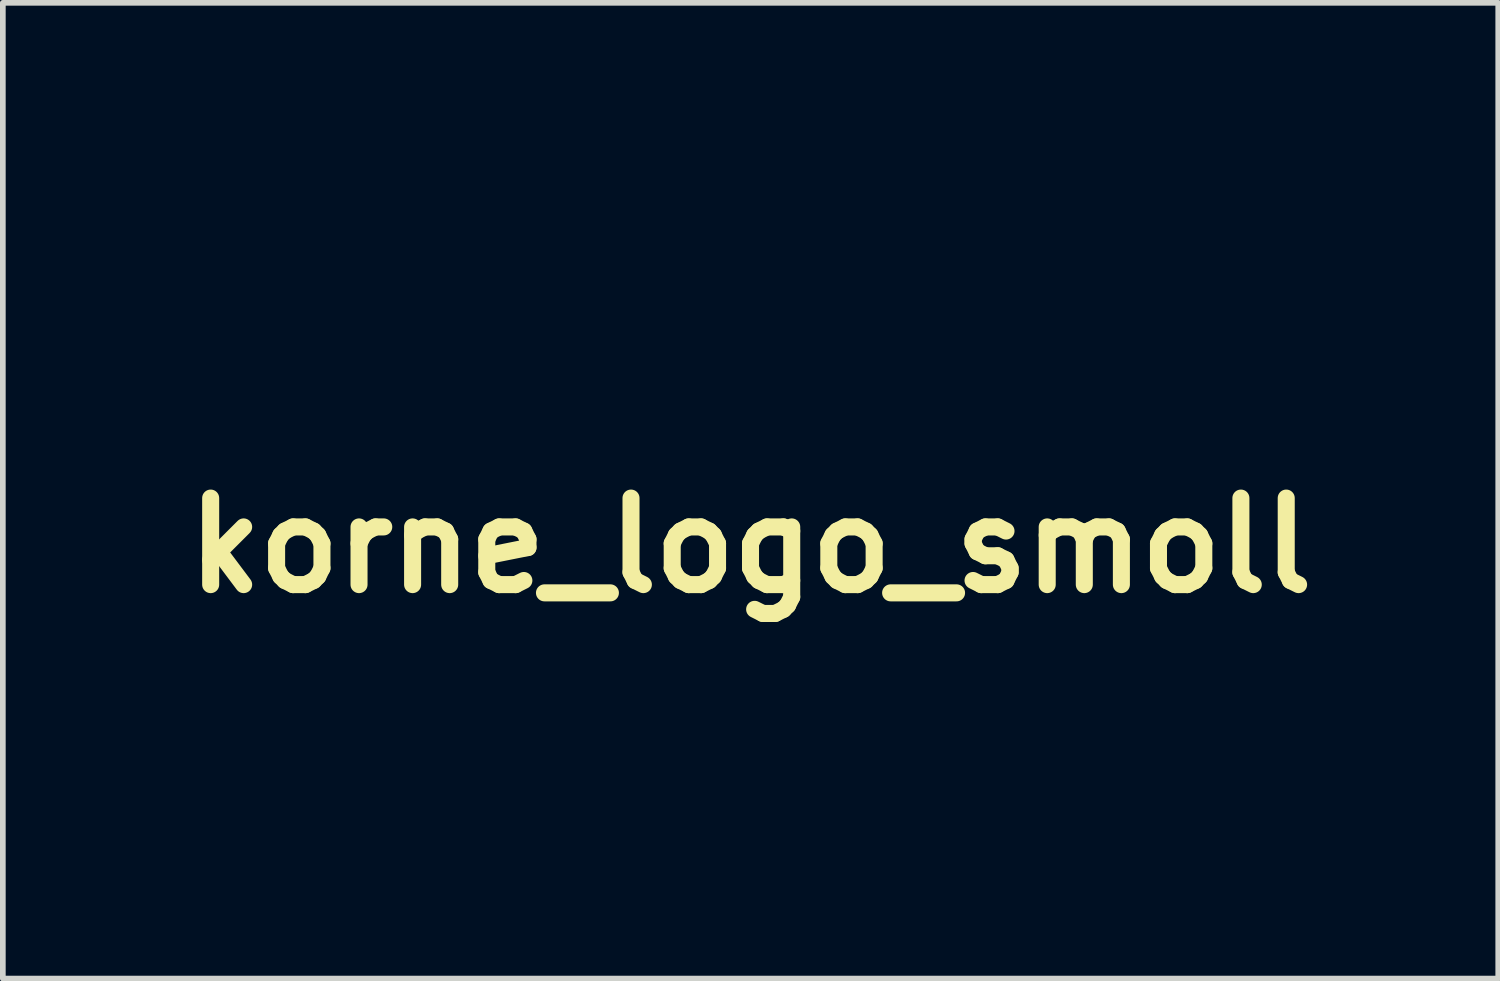
<source format=kicad_pcb>
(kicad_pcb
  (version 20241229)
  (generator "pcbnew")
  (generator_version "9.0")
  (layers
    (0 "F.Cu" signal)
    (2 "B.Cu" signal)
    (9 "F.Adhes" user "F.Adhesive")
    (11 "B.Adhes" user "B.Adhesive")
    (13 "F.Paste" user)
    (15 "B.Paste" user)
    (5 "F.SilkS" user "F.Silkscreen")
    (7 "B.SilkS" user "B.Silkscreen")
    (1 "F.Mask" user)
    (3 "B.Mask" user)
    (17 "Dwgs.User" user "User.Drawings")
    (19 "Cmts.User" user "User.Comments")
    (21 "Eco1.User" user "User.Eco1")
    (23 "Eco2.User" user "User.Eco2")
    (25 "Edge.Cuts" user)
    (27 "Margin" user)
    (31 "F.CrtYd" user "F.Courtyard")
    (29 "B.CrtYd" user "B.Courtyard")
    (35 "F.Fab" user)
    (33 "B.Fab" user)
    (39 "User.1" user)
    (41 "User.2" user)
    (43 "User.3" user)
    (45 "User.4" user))
  (footprint "korne_logo_smoll"
    (layer "F.Cu")
    (at 10.167 6.556)
    (property "Reference" "korne_logo_smoll" (at 0 0 0) (layer "F.SilkS") (effects (font (size 1.524 1.524) (thickness 0.3))))
    (attr through_hole)
    (fp_poly (pts (xy -2.044 -0.778) (xy -1.782 -0.748) (xy -1.564 -0.695) (xy -1.386 -0.618) (xy -1.246 -0.514) (xy -1.141 -0.38) (xy -1.067 -0.215) (xy -1.022 -0.016) (xy -1.015 0.039) (xy -1.002 0.147) (xy -0.99 0.24) (xy -0.981 0.304) (xy -0.978 0.318) (xy -0.953 0.37) (xy -0.895 0.453) (xy -0.807 0.564) (xy -0.693 0.699) (xy -0.556 0.854) (xy -0.398 1.024) (xy -0.389 1.035) (xy -0.104 1.337) (xy -0.376 1.606) (xy -0.648 1.875) (xy -0.985 1.562) (xy -1.137 1.422) (xy -1.259 1.313) (xy -1.358 1.231) (xy -1.442 1.172) (xy -1.515 1.132) (xy -1.586 1.106) (xy -1.66 1.09) (xy -1.745 1.08) (xy -1.746 1.08) (xy -2.006 1.037) (xy -2.229 0.959) (xy -2.417 0.846) (xy -2.573 0.697) (xy -2.637 0.61) (xy -2.712 0.488) (xy -2.769 0.373) (xy -2.804 0.276) (xy -2.813 0.206) (xy -2.81 0.189) (xy -2.795 0.165) (xy -2.768 0.167) (xy -2.714 0.196) (xy -2.711 0.198) (xy -2.6 0.264) (xy -2.48 0.334) (xy -2.361 0.401) (xy -2.251 0.462) (xy -2.159 0.512) (xy -2.093 0.546) (xy -2.062 0.559) (xy -2.061 0.559) (xy -2.032 0.543) (xy -1.977 0.501) (xy -1.909 0.443) (xy -1.775 0.29) (xy -1.683 0.113) (xy -1.637 -0.081) (xy -1.637 -0.089) (xy -1.622 -0.241) (xy -1.979 -0.441) (xy -2.1 -0.508) (xy -2.203 -0.567) (xy -2.281 -0.613) (xy -2.328 -0.642) (xy -2.337 -0.649) (xy -2.327 -0.676) (xy -2.306 -0.726) (xy -2.275 -0.794) (xy -2.044 -0.778)) (stroke (width 0.01) (type solid)) (fill no) (layer "Eco2.User"))
    (fp_poly (pts (xy 3.229 -2.348) (xy 3.293 -2.309) (xy 3.321 -2.253) (xy 3.317 -2.216) (xy 3.274 -2.146) (xy 3.206 -2.085) (xy 3.132 -2.053) (xy 3.124 -2.052) (xy 3.078 -2.056) (xy 3.063 -2.092) (xy 3.062 -2.108) (xy 3.055 -2.149) (xy 3.027 -2.169) (xy 2.964 -2.179) (xy 2.954 -2.179) (xy 2.862 -2.17) (xy 2.789 -2.132) (xy 2.748 -2.074) (xy 2.743 -2.045) (xy 2.767 -1.986) (xy 2.828 -1.934) (xy 2.916 -1.899) (xy 2.944 -1.893) (xy 3.017 -1.87) (xy 3.044 -1.837) (xy 3.03 -1.799) (xy 2.978 -1.76) (xy 2.891 -1.725) (xy 2.806 -1.704) (xy 2.687 -1.663) (xy 2.607 -1.593) (xy 2.568 -1.499) (xy 2.565 -1.46) (xy 2.575 -1.392) (xy 2.614 -1.35) (xy 2.64 -1.334) (xy 2.75 -1.298) (xy 2.858 -1.307) (xy 2.975 -1.362) (xy 3.008 -1.384) (xy 3.102 -1.443) (xy 3.173 -1.47) (xy 3.215 -1.464) (xy 3.226 -1.437) (xy 3.205 -1.395) (xy 3.15 -1.339) (xy 3.071 -1.279) (xy 2.98 -1.223) (xy 2.969 -1.218) (xy 2.884 -1.189) (xy 2.773 -1.171) (xy 2.653 -1.164) (xy 2.536 -1.169) (xy 2.437 -1.185) (xy 2.371 -1.212) (xy 2.362 -1.219) (xy 2.316 -1.298) (xy 2.314 -1.393) (xy 2.354 -1.498) (xy 2.436 -1.608) (xy 2.49 -1.661) (xy 2.549 -1.717) (xy 2.574 -1.753) (xy 2.572 -1.781) (xy 2.559 -1.799) (xy 2.513 -1.873) (xy 2.507 -1.951) (xy 2.536 -2.041) (xy 2.608 -2.147) (xy 2.719 -2.238) (xy 2.858 -2.308) (xy 3.012 -2.351) (xy 3.137 -2.362) (xy 3.229 -2.348)) (stroke (width 0.01) (type solid)) (fill no) (layer "Eco2.User"))
    (fp_poly (pts (xy 0.652 2.077) (xy 0.814 2.228) (xy 0.946 2.347) (xy 1.054 2.438) (xy 1.146 2.506) (xy 1.226 2.553) (xy 1.3 2.584) (xy 1.377 2.604) (xy 1.46 2.616) (xy 1.471 2.617) (xy 1.718 2.657) (xy 1.927 2.723) (xy 2.105 2.82) (xy 2.258 2.952) (xy 2.39 3.114) (xy 2.446 3.206) (xy 2.494 3.304) (xy 2.529 3.395) (xy 2.548 3.468) (xy 2.545 3.51) (xy 2.543 3.513) (xy 2.509 3.511) (xy 2.434 3.481) (xy 2.319 3.423) (xy 2.176 3.344) (xy 2.055 3.277) (xy 1.947 3.219) (xy 1.862 3.177) (xy 1.807 3.153) (xy 1.793 3.15) (xy 1.743 3.169) (xy 1.676 3.22) (xy 1.602 3.292) (xy 1.53 3.376) (xy 1.472 3.459) (xy 1.456 3.488) (xy 1.416 3.585) (xy 1.384 3.691) (xy 1.365 3.792) (xy 1.36 3.875) (xy 1.373 3.925) (xy 1.373 3.927) (xy 1.404 3.95) (xy 1.47 3.992) (xy 1.564 4.049) (xy 1.677 4.116) (xy 1.741 4.152) (xy 2.083 4.346) (xy 2.044 4.421) (xy 2.013 4.471) (xy 1.988 4.492) (xy 1.987 4.492) (xy 1.955 4.489) (xy 1.885 4.482) (xy 1.789 4.474) (xy 1.734 4.469) (xy 1.47 4.433) (xy 1.248 4.37) (xy 1.068 4.28) (xy 0.931 4.165) (xy 0.878 4.096) (xy 0.818 3.976) (xy 0.771 3.826) (xy 0.743 3.664) (xy 0.737 3.555) (xy 0.732 3.468) (xy 0.715 3.398) (xy 0.677 3.322) (xy 0.639 3.261) (xy 0.592 3.198) (xy 0.517 3.105) (xy 0.42 2.993) (xy 0.308 2.868) (xy 0.189 2.738) (xy 0.157 2.705) (xy -0.227 2.299) (xy 0.313 1.756) (xy 0.652 2.077)) (stroke (width 0.01) (type solid)) (fill no) (layer "Eco2.User"))
    (fp_poly (pts (xy -1.859 -2.35) (xy -1.86 -2.317) (xy -1.898 -2.268) (xy -1.972 -2.209) (xy -1.991 -2.196) (xy -2.125 -2.081) (xy -2.213 -1.947) (xy -2.256 -1.79) (xy -2.261 -1.711) (xy -2.244 -1.566) (xy -2.193 -1.455) (xy -2.105 -1.374) (xy -2.051 -1.345) (xy -1.908 -1.303) (xy -1.769 -1.31) (xy -1.63 -1.367) (xy -1.557 -1.416) (xy -1.478 -1.499) (xy -1.42 -1.605) (xy -1.384 -1.724) (xy -1.371 -1.847) (xy -1.38 -1.964) (xy -1.411 -2.064) (xy -1.466 -2.138) (xy -1.533 -2.173) (xy -1.623 -2.184) (xy -1.694 -2.161) (xy -1.76 -2.097) (xy -1.796 -2.046) (xy -1.872 -1.949) (xy -1.948 -1.885) (xy -2.017 -1.86) (xy -2.048 -1.864) (xy -2.063 -1.894) (xy -2.048 -1.949) (xy -2.007 -2.022) (xy -1.946 -2.103) (xy -1.888 -2.164) (xy -1.757 -2.267) (xy -1.622 -2.331) (xy -1.49 -2.358) (xy -1.367 -2.347) (xy -1.261 -2.298) (xy -1.179 -2.21) (xy -1.157 -2.171) (xy -1.128 -2.065) (xy -1.122 -1.935) (xy -1.138 -1.799) (xy -1.175 -1.678) (xy -1.18 -1.668) (xy -1.261 -1.541) (xy -1.379 -1.414) (xy -1.518 -1.301) (xy -1.586 -1.258) (xy -1.655 -1.218) (xy -1.712 -1.192) (xy -1.769 -1.177) (xy -1.842 -1.171) (xy -1.944 -1.169) (xy -2.008 -1.168) (xy -2.133 -1.17) (xy -2.219 -1.174) (xy -2.277 -1.184) (xy -2.318 -1.202) (xy -2.347 -1.222) (xy -2.442 -1.327) (xy -2.497 -1.462) (xy -2.51 -1.622) (xy -2.51 -1.636) (xy -2.486 -1.786) (xy -2.434 -1.918) (xy -2.345 -2.049) (xy -2.305 -2.096) (xy -2.229 -2.171) (xy -2.136 -2.244) (xy -2.041 -2.306) (xy -1.956 -2.348) (xy -1.899 -2.362) (xy -1.859 -2.35)) (stroke (width 0.01) (type solid)) (fill no) (layer "Eco2.User"))
    (fp_poly (pts (xy 2.525 -2.563) (xy 2.53 -2.508) (xy 2.512 -2.449) (xy 2.482 -2.388) (xy 2.438 -2.35) (xy 2.364 -2.322) (xy 2.356 -2.32) (xy 2.263 -2.28) (xy 2.2 -2.23) (xy 2.195 -2.223) (xy 2.17 -2.17) (xy 2.135 -2.074) (xy 2.091 -1.943) (xy 2.043 -1.783) (xy 1.99 -1.601) (xy 1.936 -1.403) (xy 1.929 -1.377) (xy 1.873 -1.166) (xy 1.718 -1.174) (xy 1.562 -1.181) (xy 1.434 -1.435) (xy 1.375 -1.554) (xy 1.319 -1.67) (xy 1.274 -1.768) (xy 1.253 -1.816) (xy 1.22 -1.885) (xy 1.196 -1.912) (xy 1.187 -1.905) (xy 1.174 -1.864) (xy 1.153 -1.788) (xy 1.126 -1.692) (xy 1.118 -1.664) (xy 1.082 -1.544) (xy 1.04 -1.42) (xy 1 -1.319) (xy 0.998 -1.314) (xy 0.933 -1.168) (xy 0.759 -1.168) (xy 0.656 -1.172) (xy 0.6 -1.183) (xy 0.584 -1.2) (xy 0.597 -1.242) (xy 0.627 -1.302) (xy 0.634 -1.313) (xy 0.67 -1.365) (xy 0.703 -1.38) (xy 0.752 -1.368) (xy 0.757 -1.366) (xy 0.821 -1.35) (xy 0.868 -1.352) (xy 0.894 -1.384) (xy 0.926 -1.456) (xy 0.962 -1.559) (xy 1 -1.684) (xy 1.035 -1.821) (xy 1.065 -1.96) (xy 1.08 -2.046) (xy 1.102 -2.164) (xy 1.123 -2.242) (xy 1.149 -2.291) (xy 1.175 -2.317) (xy 1.234 -2.355) (xy 1.28 -2.363) (xy 1.321 -2.337) (xy 1.36 -2.273) (xy 1.405 -2.164) (xy 1.419 -2.127) (xy 1.463 -2.011) (xy 1.516 -1.883) (xy 1.573 -1.752) (xy 1.63 -1.627) (xy 1.682 -1.517) (xy 1.727 -1.43) (xy 1.759 -1.376) (xy 1.77 -1.364) (xy 1.785 -1.382) (xy 1.81 -1.44) (xy 1.843 -1.532) (xy 1.88 -1.648) (xy 1.898 -1.71) (xy 1.94 -1.853) (xy 1.983 -1.993) (xy 2.022 -2.115) (xy 2.053 -2.207) (xy 2.059 -2.223) (xy 2.128 -2.363) (xy 2.218 -2.476) (xy 2.319 -2.551) (xy 2.397 -2.579) (xy 2.481 -2.586) (xy 2.525 -2.563)) (stroke (width 0.01) (type solid)) (fill no) (layer "Eco2.User"))
    (fp_poly (pts (xy -2.774 -2.345) (xy -2.729 -2.303) (xy -2.723 -2.248) (xy -2.759 -2.192) (xy -2.805 -2.162) (xy -2.859 -2.141) (xy -2.89 -2.147) (xy -2.909 -2.168) (xy -2.95 -2.203) (xy -2.975 -2.21) (xy -3.022 -2.195) (xy -3.095 -2.159) (xy -3.18 -2.108) (xy -3.263 -2.052) (xy -3.329 -1.999) (xy -3.335 -1.993) (xy -3.382 -1.939) (xy -3.396 -1.888) (xy -3.39 -1.845) (xy -3.359 -1.747) (xy -3.307 -1.627) (xy -3.244 -1.505) (xy -3.179 -1.402) (xy -3.145 -1.358) (xy -3.067 -1.29) (xy -2.994 -1.273) (xy -2.922 -1.305) (xy -2.879 -1.346) (xy -2.82 -1.395) (xy -2.761 -1.42) (xy -2.714 -1.418) (xy -2.693 -1.387) (xy -2.692 -1.381) (xy -2.71 -1.34) (xy -2.754 -1.284) (xy -2.784 -1.253) (xy -2.831 -1.21) (xy -2.872 -1.185) (xy -2.92 -1.173) (xy -2.99 -1.171) (xy -3.083 -1.174) (xy -3.289 -1.181) (xy -3.398 -1.343) (xy -3.46 -1.447) (xy -3.515 -1.561) (xy -3.55 -1.654) (xy -3.575 -1.732) (xy -3.597 -1.786) (xy -3.608 -1.803) (xy -3.622 -1.781) (xy -3.645 -1.722) (xy -3.674 -1.637) (xy -3.68 -1.616) (xy -3.718 -1.502) (xy -3.761 -1.387) (xy -3.798 -1.299) (xy -3.835 -1.224) (xy -3.867 -1.185) (xy -3.905 -1.17) (xy -3.949 -1.168) (xy -4.008 -1.171) (xy -4.038 -1.178) (xy -4.039 -1.179) (xy -4.031 -1.206) (xy -4.01 -1.271) (xy -3.98 -1.364) (xy -3.948 -1.46) (xy -3.908 -1.587) (xy -3.871 -1.72) (xy -3.838 -1.849) (xy -3.813 -1.963) (xy -3.797 -2.055) (xy -3.792 -2.113) (xy -3.796 -2.128) (xy -3.825 -2.128) (xy -3.88 -2.111) (xy -3.886 -2.108) (xy -3.953 -2.09) (xy -3.985 -2.102) (xy -3.979 -2.142) (xy -3.972 -2.154) (xy -3.934 -2.191) (xy -3.864 -2.238) (xy -3.779 -2.287) (xy -3.693 -2.33) (xy -3.624 -2.356) (xy -3.597 -2.361) (xy -3.574 -2.358) (xy -3.561 -2.34) (xy -3.556 -2.297) (xy -3.558 -2.221) (xy -3.562 -2.147) (xy -3.576 -1.932) (xy -3.5 -2.008) (xy -3.394 -2.1) (xy -3.27 -2.187) (xy -3.139 -2.264) (xy -3.013 -2.322) (xy -2.904 -2.356) (xy -2.854 -2.362) (xy -2.774 -2.345)) (stroke (width 0.01) (type solid)) (fill no) (layer "Eco2.User"))
    (fp_poly (pts (xy -0.031 -2.324) (xy 0.082 -2.322) (xy 0.161 -2.317) (xy 0.216 -2.309) (xy 0.254 -2.296) (xy 0.285 -2.278) (xy 0.297 -2.27) (xy 0.345 -2.223) (xy 0.364 -2.168) (xy 0.366 -2.11) (xy 0.349 -2.01) (xy 0.313 -1.936) (xy 0.265 -1.882) (xy 0.196 -1.819) (xy 0.121 -1.758) (xy 0.056 -1.713) (xy 0.025 -1.697) (xy 0.023 -1.673) (xy 0.043 -1.619) (xy 0.078 -1.546) (xy 0.122 -1.466) (xy 0.168 -1.392) (xy 0.21 -1.335) (xy 0.237 -1.31) (xy 0.276 -1.301) (xy 0.336 -1.317) (xy 0.414 -1.353) (xy 0.493 -1.39) (xy 0.555 -1.415) (xy 0.582 -1.422) (xy 0.609 -1.409) (xy 0.601 -1.373) (xy 0.562 -1.323) (xy 0.497 -1.268) (xy 0.472 -1.25) (xy 0.404 -1.207) (xy 0.348 -1.183) (xy 0.286 -1.173) (xy 0.199 -1.172) (xy 0.154 -1.174) (xy -0.038 -1.181) (xy -0.142 -1.364) (xy -0.206 -1.475) (xy -0.253 -1.549) (xy -0.289 -1.594) (xy -0.32 -1.619) (xy -0.354 -1.633) (xy -0.354 -1.633) (xy -0.382 -1.631) (xy -0.407 -1.606) (xy -0.436 -1.547) (xy -0.469 -1.462) (xy -0.517 -1.336) (xy -0.558 -1.252) (xy -0.597 -1.201) (xy -0.641 -1.176) (xy -0.696 -1.168) (xy -0.7 -1.168) (xy -0.758 -1.171) (xy -0.787 -1.176) (xy -0.787 -1.177) (xy -0.779 -1.203) (xy -0.755 -1.263) (xy -0.723 -1.343) (xy -0.675 -1.481) (xy -0.627 -1.648) (xy -0.616 -1.698) (xy -0.388 -1.698) (xy -0.302 -1.751) (xy -0.227 -1.786) (xy -0.154 -1.803) (xy -0.145 -1.803) (xy -0.048 -1.817) (xy 0.039 -1.854) (xy 0.099 -1.906) (xy 0.116 -1.939) (xy 0.123 -2.031) (xy 0.091 -2.097) (xy 0.018 -2.138) (xy -0.099 -2.157) (xy -0.155 -2.159) (xy -0.297 -2.159) (xy -0.326 -1.988) (xy -0.344 -1.891) (xy -0.36 -1.807) (xy -0.372 -1.757) (xy -0.388 -1.698) (xy -0.616 -1.698) (xy -0.586 -1.825) (xy -0.556 -1.99) (xy -0.549 -2.038) (xy -0.542 -2.111) (xy -0.548 -2.146) (xy -0.571 -2.158) (xy -0.596 -2.159) (xy -0.676 -2.149) (xy -0.743 -2.123) (xy -0.783 -2.088) (xy -0.787 -2.073) (xy -0.809 -2.027) (xy -0.861 -1.979) (xy -0.927 -1.943) (xy -0.983 -1.93) (xy -1.027 -1.938) (xy -1.032 -1.969) (xy -1.028 -1.988) (xy -0.982 -2.069) (xy -0.901 -2.154) (xy -0.796 -2.229) (xy -0.727 -2.265) (xy -0.674 -2.288) (xy -0.621 -2.303) (xy -0.561 -2.314) (xy -0.481 -2.32) (xy -0.373 -2.323) (xy -0.226 -2.324) (xy -0.186 -2.324) (xy -0.031 -2.324)) (stroke (width 0.01) (type solid)) (fill no) (layer "Eco2.User"))
    (fp_poly (pts (xy 2.138 -0.516) (xy 2.192 -0.458) (xy 2.227 -0.412) (xy 2.234 -0.395) (xy 2.22 -0.366) (xy 2.181 -0.304) (xy 2.122 -0.216) (xy 2.049 -0.109) (xy 1.999 -0.04) (xy 1.765 0.289) (xy 1.626 0.324) (xy 1.595 0.332) (xy 1.565 0.343) (xy 1.533 0.358) (xy 1.497 0.382) (xy 1.452 0.417) (xy 1.395 0.465) (xy 1.324 0.53) (xy 1.234 0.615) (xy 1.124 0.722) (xy 0.99 0.855) (xy 0.828 1.016) (xy 0.635 1.208) (xy 0.489 1.354) (xy 0.303 1.54) (xy 0.129 1.715) (xy -0.031 1.876) (xy -0.174 2.02) (xy -0.295 2.143) (xy -0.392 2.243) (xy -0.462 2.315) (xy -0.501 2.357) (xy -0.508 2.367) (xy -0.496 2.396) (xy -0.463 2.454) (xy -0.428 2.514) (xy -0.347 2.643) (xy -0.42 2.718) (xy -0.481 2.767) (xy -0.54 2.793) (xy -0.552 2.794) (xy -0.641 2.813) (xy -0.742 2.865) (xy -0.841 2.94) (xy -0.888 2.988) (xy -0.955 3.077) (xy -1.016 3.182) (xy -1.063 3.287) (xy -1.089 3.375) (xy -1.092 3.402) (xy -1.11 3.437) (xy -1.159 3.501) (xy -1.235 3.589) (xy -1.332 3.695) (xy -1.444 3.815) (xy -1.568 3.943) (xy -1.696 4.074) (xy -1.825 4.203) (xy -1.948 4.323) (xy -2.061 4.43) (xy -2.159 4.518) (xy -2.235 4.583) (xy -2.284 4.618) (xy -2.298 4.623) (xy -2.349 4.612) (xy -2.425 4.585) (xy -2.48 4.562) (xy -2.578 4.507) (xy -2.677 4.438) (xy -2.714 4.407) (xy -2.779 4.335) (xy -2.846 4.24) (xy -2.906 4.137) (xy -2.95 4.039) (xy -2.971 3.963) (xy -2.972 3.952) (xy -2.954 3.921) (xy -2.905 3.86) (xy -2.83 3.775) (xy -2.733 3.671) (xy -2.621 3.553) (xy -2.498 3.426) (xy -2.37 3.297) (xy -2.242 3.169) (xy -2.119 3.049) (xy -2.007 2.942) (xy -1.911 2.853) (xy -1.835 2.787) (xy -1.786 2.75) (xy -1.772 2.743) (xy -1.696 2.729) (xy -1.596 2.692) (xy -1.489 2.64) (xy -1.392 2.58) (xy -1.36 2.555) (xy -1.278 2.472) (xy -1.208 2.372) (xy -1.16 2.273) (xy -1.143 2.193) (xy -1.127 2.135) (xy -1.089 2.073) (xy -1.042 2.024) (xy -1.002 2.007) (xy -0.962 2.019) (xy -0.897 2.053) (xy -0.846 2.083) (xy -0.725 2.16) (xy 0.282 1.153) (xy 0.497 0.938) (xy 0.68 0.755) (xy 0.832 0.601) (xy 0.957 0.474) (xy 1.058 0.371) (xy 1.136 0.287) (xy 1.196 0.221) (xy 1.24 0.168) (xy 1.271 0.127) (xy 1.292 0.092) (xy 1.305 0.063) (xy 1.314 0.034) (xy 1.319 0.013) (xy 1.349 -0.121) (xy 1.695 -0.366) (xy 2.041 -0.611) (xy 2.138 -0.516)) (stroke (width 0.01) (type solid)) (fill no) (layer "Eco2.User"))
    (fp_poly (pts (xy 2.718 -6.487) (xy 2.983 -6.476) (xy 3.222 -6.444) (xy 3.456 -6.386) (xy 3.695 -6.303) (xy 3.963 -6.176) (xy 4.212 -6.016) (xy 4.435 -5.827) (xy 4.626 -5.617) (xy 4.779 -5.389) (xy 4.89 -5.152) (xy 4.905 -5.105) (xy 4.931 -5.009) (xy 4.947 -4.908) (xy 4.955 -4.787) (xy 4.956 -4.648) (xy 4.948 -4.44) (xy 4.925 -4.263) (xy 4.883 -4.099) (xy 4.818 -3.932) (xy 4.791 -3.873) (xy 4.652 -3.633) (xy 4.477 -3.417) (xy 4.274 -3.229) (xy 4.048 -3.074) (xy 3.806 -2.955) (xy 3.554 -2.877) (xy 3.299 -2.845) (xy 3.26 -2.845) (xy 3.086 -2.845) (xy 2.845 -3.244) (xy 2.672 -3.51) (xy 2.501 -3.736) (xy 2.334 -3.92) (xy 2.172 -4.06) (xy 2.03 -4.146) (xy 1.848 -4.219) (xy 1.65 -4.275) (xy 1.456 -4.309) (xy 1.323 -4.318) (xy 1.227 -4.32) (xy 1.167 -4.328) (xy 1.129 -4.348) (xy 1.096 -4.382) (xy 1.095 -4.383) (xy 1.052 -4.453) (xy 1.016 -4.536) (xy 1.014 -4.542) (xy 0.98 -4.616) (xy 0.926 -4.702) (xy 0.892 -4.746) (xy 0.79 -4.871) (xy 0.719 -4.964) (xy 0.672 -5.033) (xy 0.646 -5.085) (xy 0.636 -5.126) (xy 0.636 -5.134) (xy 0.65 -5.187) (xy 0.697 -5.22) (xy 0.78 -5.233) (xy 0.902 -5.227) (xy 1.068 -5.202) (xy 1.105 -5.195) (xy 1.241 -5.165) (xy 1.363 -5.127) (xy 1.479 -5.078) (xy 1.595 -5.012) (xy 1.718 -4.925) (xy 1.855 -4.813) (xy 2.013 -4.673) (xy 2.193 -4.504) (xy 2.374 -4.334) (xy 2.527 -4.198) (xy 2.657 -4.092) (xy 2.77 -4.012) (xy 2.872 -3.953) (xy 2.969 -3.911) (xy 3.018 -3.896) (xy 3.183 -3.867) (xy 3.353 -3.871) (xy 3.516 -3.906) (xy 3.66 -3.967) (xy 3.775 -4.053) (xy 3.812 -4.097) (xy 3.914 -4.276) (xy 3.978 -4.487) (xy 4.007 -4.712) (xy 4 -4.97) (xy 3.949 -5.203) (xy 3.854 -5.411) (xy 3.714 -5.594) (xy 3.531 -5.752) (xy 3.303 -5.886) (xy 3.239 -5.915) (xy 3.072 -5.983) (xy 2.912 -6.032) (xy 2.747 -6.066) (xy 2.565 -6.086) (xy 2.355 -6.094) (xy 2.14 -6.092) (xy 2.002 -6.09) (xy 1.883 -6.088) (xy 1.793 -6.087) (xy 1.739 -6.088) (xy 1.727 -6.089) (xy 1.75 -6.106) (xy 1.811 -6.131) (xy 1.898 -6.159) (xy 2.001 -6.187) (xy 2.106 -6.211) (xy 2.115 -6.213) (xy 2.232 -6.233) (xy 2.356 -6.243) (xy 2.502 -6.246) (xy 2.665 -6.242) (xy 2.909 -6.225) (xy 3.121 -6.194) (xy 3.317 -6.143) (xy 3.513 -6.069) (xy 3.657 -6.003) (xy 3.89 -5.867) (xy 4.081 -5.705) (xy 4.23 -5.517) (xy 4.337 -5.302) (xy 4.403 -5.058) (xy 4.429 -4.785) (xy 4.414 -4.481) (xy 4.383 -4.27) (xy 4.347 -4.088) (xy 4.307 -3.943) (xy 4.256 -3.821) (xy 4.187 -3.708) (xy 4.093 -3.591) (xy 3.987 -3.475) (xy 3.914 -3.401) (xy 3.864 -3.358) (xy 3.824 -3.34) (xy 3.784 -3.339) (xy 3.767 -3.342) (xy 3.697 -3.344) (xy 3.619 -3.316) (xy 3.576 -3.292) (xy 3.506 -3.254) (xy 3.462 -3.242) (xy 3.428 -3.253) (xy 3.415 -3.261) (xy 3.376 -3.282) (xy 3.351 -3.262) (xy 3.34 -3.242) (xy 3.292 -3.195) (xy 3.232 -3.175) (xy 3.151 -3.162) (xy 3.215 -3.081) (xy 3.279 -3.02) (xy 3.359 -2.987) (xy 3.466 -2.978) (xy 3.609 -2.993) (xy 3.628 -2.997) (xy 3.852 -3.058) (xy 4.067 -3.161) (xy 4.221 -3.268) (xy 4.393 -3.435) (xy 4.548 -3.638) (xy 4.68 -3.864) (xy 4.779 -4.099) (xy 4.812 -4.21) (xy 4.835 -4.337) (xy 4.849 -4.493) (xy 4.854 -4.661) (xy 4.849 -4.821) (xy 4.834 -4.956) (xy 4.827 -4.991) (xy 4.748 -5.227) (xy 4.623 -5.456) (xy 4.459 -5.674) (xy 4.26 -5.873) (xy 4.032 -6.048) (xy 3.781 -6.193) (xy 3.772 -6.197) (xy 3.538 -6.299) (xy 3.315 -6.371) (xy 3.093 -6.415) (xy 2.857 -6.434) (xy 2.596 -6.429) (xy 2.395 -6.413) (xy 2.134 -6.378) (xy 1.909 -6.331) (xy 1.709 -6.266) (xy 1.519 -6.181) (xy 1.491 -6.166) (xy 1.378 -6.098) (xy 1.314 -6.04) (xy 1.298 -5.993) (xy 1.329 -5.958) (xy 1.405 -5.935) (xy 1.527 -5.924) (xy 1.692 -5.927) (xy 1.901 -5.943) (xy 1.903 -5.943) (xy 2.201 -5.96) (xy 2.476 -5.944) (xy 2.744 -5.894) (xy 2.934 -5.839) (xy 3.197 -5.732) (xy 3.423 -5.601) (xy 3.609 -5.445) (xy 3.751 -5.269) (xy 3.801 -5.182) (xy 3.855 -5.025) (xy 3.877 -4.849) (xy 3.864 -4.672) (xy 3.817 -4.513) (xy 3.815 -4.508) (xy 3.719 -4.33) (xy 3.613 -4.199) (xy 3.497 -4.113) (xy 3.365 -4.07) (xy 3.281 -4.064) (xy 3.177 -4.071) (xy 3.074 -4.094) (xy 2.966 -4.137) (xy 2.85 -4.201) (xy 2.72 -4.291) (xy 2.572 -4.409) (xy 2.402 -4.558) (xy 2.205 -4.742) (xy 2.124 -4.818) (xy 1.996 -4.939) (xy 1.875 -5.051) (xy 1.766 -5.147) (xy 1.677 -5.223) (xy 1.615 -5.272) (xy 1.594 -5.285) (xy 1.451 -5.343) (xy 1.279 -5.385) (xy 1.092 -5.412) (xy 0.905 -5.421) (xy 0.731 -5.412) (xy 0.586 -5.382) (xy 0.559 -5.373) (xy 0.488 -5.35) (xy 0.382 -5.322) (xy 0.256 -5.291) (xy 0.14 -5.266) (xy -0.056 -5.232) (xy -0.24 -5.214) (xy -0.403 -5.212) (xy -0.538 -5.225) (xy -0.636 -5.254) (xy -0.664 -5.27) (xy -0.724 -5.314) (xy -0.66 -5.298) (xy -0.55 -5.275) (xy -0.43 -5.264) (xy -0.294 -5.265) (xy -0.135 -5.279) (xy 0.053 -5.305) (xy 0.276 -5.346) (xy 0.521 -5.396) (xy 0.814 -5.445) (xy 1.073 -5.459) (xy 1.304 -5.439) (xy 1.51 -5.383) (xy 1.696 -5.292) (xy 1.708 -5.285) (xy 1.761 -5.244) (xy 1.843 -5.174) (xy 1.946 -5.08) (xy 2.063 -4.969) (xy 2.188 -4.847) (xy 2.241 -4.793) (xy 2.423 -4.614) (xy 2.577 -4.471) (xy 2.708 -4.358) (xy 2.823 -4.272) (xy 2.927 -4.209) (xy 3.024 -4.165) (xy 3.079 -4.146) (xy 3.241 -4.123) (xy 3.394 -4.149) (xy 3.537 -4.224) (xy 3.668 -4.347) (xy 3.72 -4.416) (xy 3.758 -4.474) (xy 3.781 -4.526) (xy 3.793 -4.587) (xy 3.797 -4.674) (xy 3.797 -4.746) (xy 3.795 -4.866) (xy 3.784 -4.955) (xy 3.762 -5.033) (xy 3.728 -5.114) (xy 3.617 -5.292) (xy 3.465 -5.452) (xy 3.276 -5.592) (xy 3.057 -5.708) (xy 2.815 -5.8) (xy 2.555 -5.865) (xy 2.283 -5.901) (xy 2.006 -5.906) (xy 1.729 -5.878) (xy 1.602 -5.853) (xy 1.512 -5.834) (xy 1.452 -5.828) (xy 1.399 -5.838) (xy 1.334 -5.867) (xy 1.303 -5.881) (xy 1.204 -5.944) (xy 1.155 -6.008) (xy 1.154 -6.073) (xy 1.202 -6.139) (xy 1.297 -6.204) (xy 1.439 -6.268) (xy 1.626 -6.329) (xy 1.744 -6.36) (xy 1.963 -6.412) (xy 2.15 -6.448) (xy 2.321 -6.471) (xy 2.493 -6.483) (xy 2.682 -6.487) (xy 2.718 -6.487)) (stroke (width 0.01) (type solid)) (fill no) (layer "Eco2.User"))
    (fp_poly (pts (xy -3.15 -6.531) (xy -2.837 -6.492) (xy -2.521 -6.436) (xy -2.212 -6.362) (xy -2.074 -6.322) (xy -1.937 -6.277) (xy -1.808 -6.23) (xy -1.697 -6.185) (xy -1.613 -6.145) (xy -1.564 -6.115) (xy -1.556 -6.104) (xy -1.571 -6.073) (xy -1.624 -6.032) (xy -1.706 -5.986) (xy -1.806 -5.941) (xy -1.915 -5.903) (xy -1.918 -5.902) (xy -1.969 -5.889) (xy -2.024 -5.878) (xy -2.09 -5.871) (xy -2.175 -5.865) (xy -2.284 -5.862) (xy -2.424 -5.861) (xy -2.603 -5.862) (xy -2.794 -5.863) (xy -3.038 -5.864) (xy -3.238 -5.863) (xy -3.4 -5.86) (xy -3.532 -5.852) (xy -3.639 -5.841) (xy -3.729 -5.824) (xy -3.808 -5.802) (xy -3.883 -5.774) (xy -3.931 -5.753) (xy -4.027 -5.696) (xy -4.141 -5.609) (xy -4.26 -5.502) (xy -4.375 -5.386) (xy -4.475 -5.272) (xy -4.549 -5.169) (xy -4.576 -5.118) (xy -4.626 -4.948) (xy -4.631 -4.766) (xy -4.595 -4.585) (xy -4.52 -4.416) (xy -4.441 -4.306) (xy -4.319 -4.189) (xy -4.192 -4.117) (xy -4.05 -4.082) (xy -3.962 -4.078) (xy -3.873 -4.081) (xy -3.79 -4.095) (xy -3.708 -4.124) (xy -3.619 -4.171) (xy -3.519 -4.239) (xy -3.402 -4.332) (xy -3.261 -4.455) (xy -3.09 -4.609) (xy -3.088 -4.611) (xy -2.867 -4.811) (xy -2.674 -4.977) (xy -2.503 -5.114) (xy -2.351 -5.223) (xy -2.21 -5.311) (xy -2.076 -5.379) (xy -1.943 -5.432) (xy -1.804 -5.474) (xy -1.803 -5.474) (xy -1.66 -5.5) (xy -1.497 -5.51) (xy -1.332 -5.505) (xy -1.178 -5.487) (xy -1.052 -5.455) (xy -1.016 -5.439) (xy -0.961 -5.411) (xy -0.939 -5.396) (xy -0.948 -5.397) (xy -1.062 -5.422) (xy -1.195 -5.44) (xy -1.326 -5.45) (xy -1.435 -5.45) (xy -1.46 -5.448) (xy -1.714 -5.399) (xy -1.961 -5.319) (xy -2.206 -5.205) (xy -2.453 -5.053) (xy -2.707 -4.862) (xy -2.971 -4.628) (xy -3.239 -4.362) (xy -3.349 -4.248) (xy -3.434 -4.166) (xy -3.501 -4.108) (xy -3.557 -4.069) (xy -3.611 -4.042) (xy -3.655 -4.026) (xy -3.833 -3.993) (xy -4.013 -4.003) (xy -4.19 -4.051) (xy -4.356 -4.134) (xy -4.503 -4.245) (xy -4.625 -4.381) (xy -4.715 -4.535) (xy -4.766 -4.703) (xy -4.775 -4.808) (xy -4.764 -4.943) (xy -4.726 -5.065) (xy -4.656 -5.188) (xy -4.604 -5.259) (xy -4.536 -5.348) (xy -4.468 -5.441) (xy -4.435 -5.488) (xy -4.319 -5.613) (xy -4.156 -5.719) (xy -3.946 -5.806) (xy -3.69 -5.875) (xy -3.671 -5.879) (xy -3.586 -5.892) (xy -3.459 -5.907) (xy -3.297 -5.921) (xy -3.109 -5.935) (xy -2.903 -5.948) (xy -2.759 -5.956) (xy -2.502 -5.97) (xy -2.291 -5.985) (xy -2.122 -6) (xy -1.99 -6.018) (xy -1.891 -6.038) (xy -1.821 -6.061) (xy -1.774 -6.087) (xy -1.756 -6.104) (xy -1.754 -6.12) (xy -1.777 -6.137) (xy -1.829 -6.159) (xy -1.917 -6.187) (xy -2.046 -6.224) (xy -2.127 -6.246) (xy -2.36 -6.308) (xy -2.554 -6.357) (xy -2.719 -6.395) (xy -2.863 -6.423) (xy -2.997 -6.443) (xy -3.13 -6.456) (xy -3.271 -6.466) (xy -3.359 -6.469) (xy -3.529 -6.474) (xy -3.67 -6.473) (xy -3.796 -6.464) (xy -3.922 -6.446) (xy -4.062 -6.416) (xy -4.23 -6.372) (xy -4.315 -6.349) (xy -4.652 -6.234) (xy -4.952 -6.087) (xy -5.214 -5.907) (xy -5.438 -5.697) (xy -5.621 -5.457) (xy -5.764 -5.188) (xy -5.785 -5.136) (xy -5.814 -5.057) (xy -5.834 -4.985) (xy -5.845 -4.907) (xy -5.851 -4.809) (xy -5.853 -4.677) (xy -5.854 -4.648) (xy -5.853 -4.502) (xy -5.847 -4.393) (xy -5.836 -4.304) (xy -5.816 -4.222) (xy -5.794 -4.153) (xy -5.683 -3.881) (xy -5.544 -3.644) (xy -5.374 -3.435) (xy -5.142 -3.221) (xy -4.887 -3.05) (xy -4.617 -2.927) (xy -4.51 -2.892) (xy -4.383 -2.858) (xy -4.253 -2.828) (xy -4.136 -2.806) (xy -4.047 -2.795) (xy -4.028 -2.794) (xy -4.002 -2.817) (xy -3.976 -2.874) (xy -3.952 -2.95) (xy -3.936 -3.029) (xy -3.931 -3.095) (xy -3.939 -3.127) (xy -3.962 -3.144) (xy -3.998 -3.125) (xy -4.012 -3.113) (xy -4.049 -3.082) (xy -4.062 -3.087) (xy -4.064 -3.122) (xy -4.067 -3.152) (xy -4.085 -3.167) (xy -4.128 -3.169) (xy -4.209 -3.161) (xy -4.218 -3.16) (xy -4.303 -3.152) (xy -4.351 -3.154) (xy -4.375 -3.168) (xy -4.386 -3.197) (xy -4.401 -3.241) (xy -4.424 -3.246) (xy -4.467 -3.222) (xy -4.508 -3.208) (xy -4.556 -3.221) (xy -4.606 -3.249) (xy -4.682 -3.305) (xy -4.749 -3.371) (xy -4.757 -3.38) (xy -4.811 -3.434) (xy -4.867 -3.465) (xy -4.873 -3.466) (xy -4.991 -3.514) (xy -5.094 -3.606) (xy -5.178 -3.736) (xy -5.239 -3.9) (xy -5.257 -3.975) (xy -5.279 -4.086) (xy -5.307 -4.213) (xy -5.326 -4.299) (xy -5.352 -4.474) (xy -5.359 -4.677) (xy -5.347 -4.89) (xy -5.318 -5.093) (xy -5.274 -5.265) (xy -5.211 -5.43) (xy -5.141 -5.561) (xy -5.054 -5.675) (xy -4.975 -5.758) (xy -4.908 -5.814) (xy -4.823 -5.873) (xy -4.734 -5.928) (xy -4.654 -5.971) (xy -4.597 -5.993) (xy -4.586 -5.994) (xy -4.557 -6.004) (xy -4.494 -6.031) (xy -4.413 -6.068) (xy -4.408 -6.07) (xy -4.202 -6.157) (xy -4.004 -6.22) (xy -3.797 -6.261) (xy -3.567 -6.285) (xy -3.413 -6.293) (xy -3.162 -6.295) (xy -2.947 -6.281) (xy -2.756 -6.251) (xy -2.576 -6.203) (xy -2.476 -6.168) (xy -2.393 -6.133) (xy -2.353 -6.11) (xy -2.359 -6.101) (xy -2.411 -6.11) (xy -2.468 -6.125) (xy -2.562 -6.142) (xy -2.695 -6.153) (xy -2.852 -6.157) (xy -3.021 -6.155) (xy -3.189 -6.147) (xy -3.343 -6.133) (xy -3.47 -6.113) (xy -3.475 -6.112) (xy -3.797 -6.028) (xy -4.074 -5.923) (xy -4.307 -5.795) (xy -4.5 -5.645) (xy -4.652 -5.47) (xy -4.734 -5.336) (xy -4.838 -5.095) (xy -4.892 -4.859) (xy -4.897 -4.626) (xy -4.864 -4.435) (xy -4.785 -4.228) (xy -4.663 -4.047) (xy -4.497 -3.89) (xy -4.359 -3.798) (xy -4.238 -3.727) (xy -4.018 -3.77) (xy -3.854 -3.809) (xy -3.697 -3.864) (xy -3.539 -3.938) (xy -3.375 -4.035) (xy -3.196 -4.159) (xy -2.998 -4.313) (xy -2.773 -4.503) (xy -2.772 -4.503) (xy -2.561 -4.681) (xy -2.375 -4.825) (xy -2.208 -4.94) (xy -2.052 -5.029) (xy -1.901 -5.099) (xy -1.75 -5.152) (xy -1.515 -5.204) (xy -1.274 -5.22) (xy -1.037 -5.203) (xy -0.813 -5.153) (xy -0.611 -5.073) (xy -0.44 -4.963) (xy -0.403 -4.932) (xy -0.335 -4.867) (xy -0.296 -4.818) (xy -0.277 -4.767) (xy -0.27 -4.696) (xy -0.268 -4.658) (xy -0.252 -4.525) (xy -0.212 -4.421) (xy -0.205 -4.41) (xy -0.173 -4.354) (xy -0.159 -4.322) (xy -0.161 -4.318) (xy -0.188 -4.328) (xy -0.248 -4.354) (xy -0.309 -4.381) (xy -0.469 -4.432) (xy -0.64 -4.446) (xy -0.804 -4.422) (xy -0.889 -4.391) (xy -0.945 -4.368) (xy -1.004 -4.353) (xy -1.077 -4.345) (xy -1.176 -4.341) (xy -1.314 -4.342) (xy -1.321 -4.342) (xy -1.69 -4.33) (xy -2.046 -4.284) (xy -2.383 -4.207) (xy -2.696 -4.1) (xy -2.978 -3.965) (xy -3.226 -3.804) (xy -3.41 -3.641) (xy -3.505 -3.539) (xy -3.58 -3.444) (xy -3.641 -3.344) (xy -3.693 -3.229) (xy -3.742 -3.09) (xy -3.791 -2.914) (xy -3.811 -2.838) (xy -3.842 -2.718) (xy -4.061 -2.719) (xy -4.185 -2.723) (xy -4.275 -2.735) (xy -4.347 -2.757) (xy -4.381 -2.774) (xy -4.445 -2.804) (xy -4.542 -2.846) (xy -4.661 -2.896) (xy -4.787 -2.947) (xy -4.793 -2.949) (xy -4.92 -3) (xy -5.041 -3.05) (xy -5.14 -3.093) (xy -5.207 -3.124) (xy -5.208 -3.125) (xy -5.334 -3.206) (xy -5.455 -3.313) (xy -5.555 -3.43) (xy -5.6 -3.505) (xy -5.646 -3.594) (xy -5.702 -3.698) (xy -5.735 -3.759) (xy -5.845 -4.008) (xy -5.915 -4.278) (xy -5.943 -4.558) (xy -5.928 -4.836) (xy -5.896 -5.004) (xy -5.798 -5.298) (xy -5.657 -5.564) (xy -5.475 -5.801) (xy -5.255 -6.006) (xy -4.998 -6.177) (xy -4.908 -6.225) (xy -4.756 -6.292) (xy -4.577 -6.36) (xy -4.386 -6.424) (xy -4.2 -6.478) (xy -4.035 -6.517) (xy -3.962 -6.529) (xy -3.723 -6.55) (xy -3.449 -6.551) (xy -3.15 -6.531)) (stroke (width 0.01) (type solid)) (fill no) (layer "Eco2.User")))
  (gr_rect
    (start -3 -3)
    (end 23.335 14.183)
    (stroke (width 0.1) (type default))
    (fill no)
    (layer "Edge.Cuts")))
</source>
